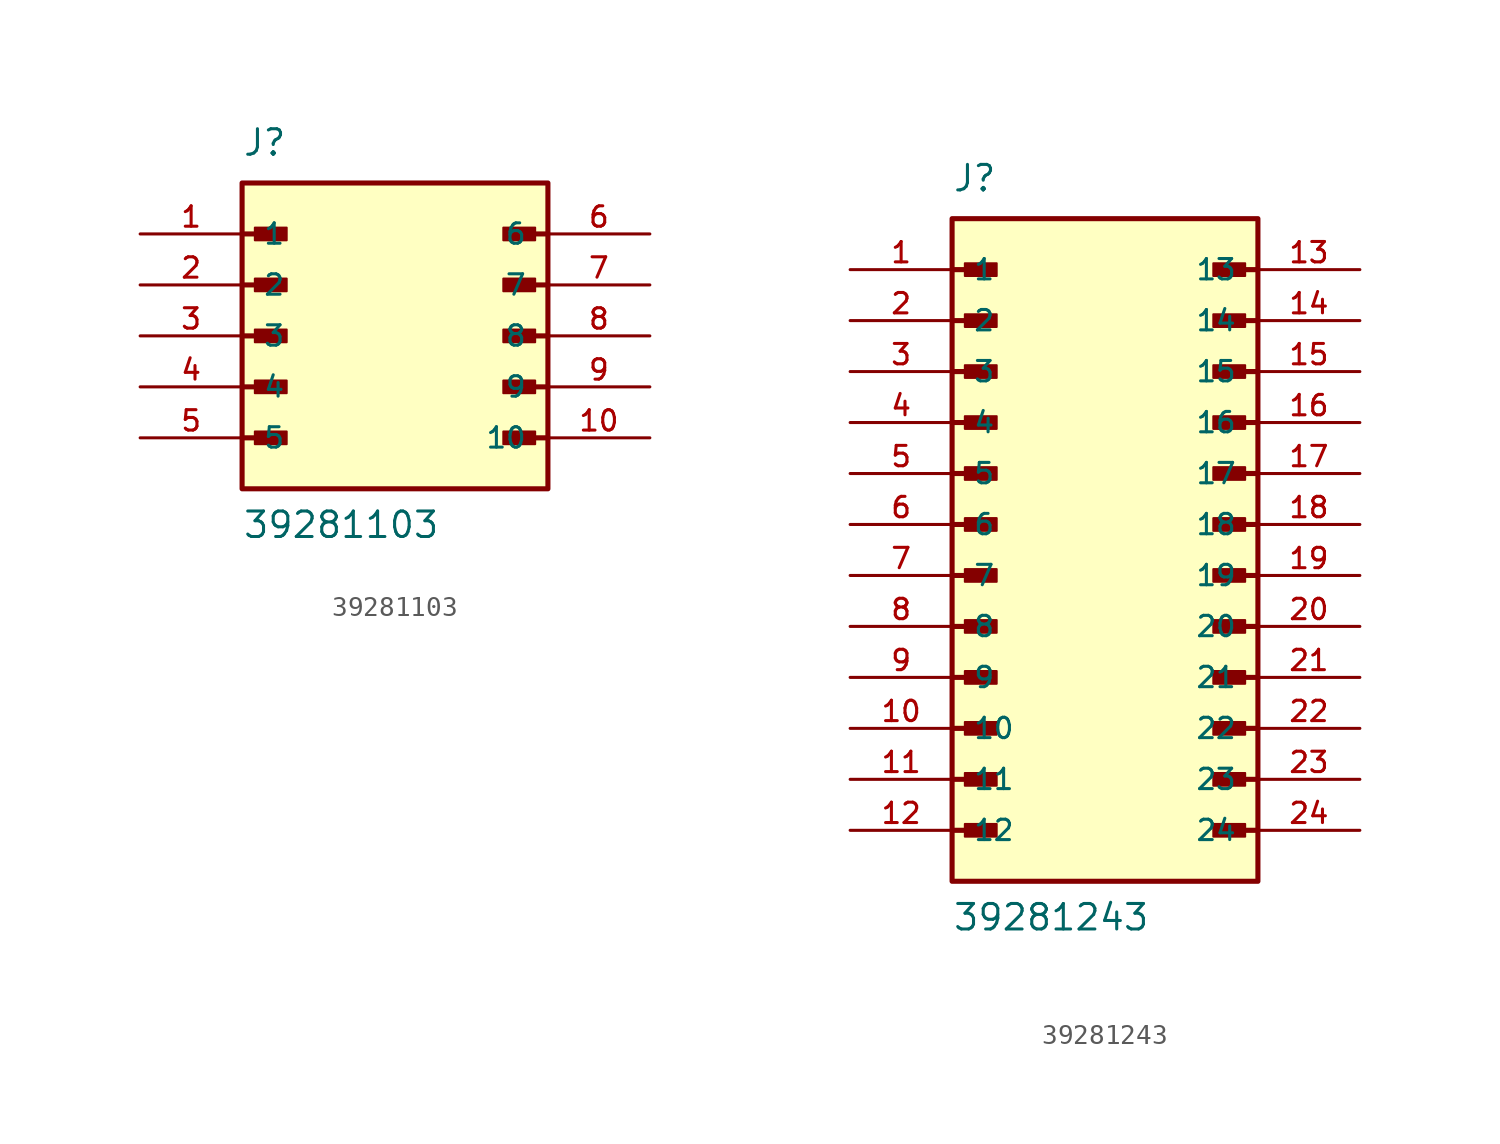
<source format=kicad_sym>
(kicad_symbol_lib
  (version 20220914)
  (generator kicad_symbol_editor)
  (symbol "39281103"
    (pin_names
      (offset 1.016))
    (property "Reference" "J"
      (at -7.62 8.89 0)
      (effects (font (size 1.27 1.27)) (justify left bottom)))
    (property "Value" "39281103"
      (at -7.62 -10.16 0)
      (effects (font (size 1.27 1.27)) (justify left bottom)))
    (symbol "39281103_0_0"
      (rectangle (start -7.62 -7.62) (end 7.62 7.62) (stroke (width 0.254) (type default)) (fill (type background)))
      (rectangle (start -6.985 -5.397) (end -5.397 -4.763) (stroke (width 0.1) (type default)) (fill (type outline)))
      (rectangle (start -6.985 -2.857) (end -5.397 -2.223) (stroke (width 0.1) (type default)) (fill (type outline)))
      (rectangle (start -6.985 -0.318) (end -5.397 0.318) (stroke (width 0.1) (type default)) (fill (type outline)))
      (rectangle (start -6.985 2.223) (end -5.397 2.857) (stroke (width 0.1) (type default)) (fill (type outline)))
      (rectangle (start -6.985 4.763) (end -5.397 5.397) (stroke (width 0.1) (type default)) (fill (type outline)))
      (polyline (pts (xy -7.62 -5.08) (xy -5.715 -5.08)) (stroke (width 0.254) (type default)) (fill (type none)))
      (polyline (pts (xy -7.62 -2.54) (xy -5.715 -2.54)) (stroke (width 0.254) (type default)) (fill (type none)))
      (polyline (pts (xy -7.62 0) (xy -5.715 0)) (stroke (width 0.254) (type default)) (fill (type none)))
      (polyline (pts (xy -7.62 2.54) (xy -5.715 2.54)) (stroke (width 0.254) (type default)) (fill (type none)))
      (polyline (pts (xy -7.62 5.08) (xy -5.715 5.08)) (stroke (width 0.254) (type default)) (fill (type none)))
      (polyline (pts (xy 7.62 -5.08) (xy 5.715 -5.08)) (stroke (width 0.254) (type default)) (fill (type none)))
      (polyline (pts (xy 7.62 -2.54) (xy 5.715 -2.54)) (stroke (width 0.254) (type default)) (fill (type none)))
      (polyline (pts (xy 7.62 0) (xy 5.715 0)) (stroke (width 0.254) (type default)) (fill (type none)))
      (polyline (pts (xy 7.62 2.54) (xy 5.715 2.54)) (stroke (width 0.254) (type default)) (fill (type none)))
      (polyline (pts (xy 7.62 5.08) (xy 5.715 5.08)) (stroke (width 0.254) (type default)) (fill (type none)))
      (rectangle (start 5.397 -5.397) (end 6.985 -4.763) (stroke (width 0.1) (type default)) (fill (type outline)))
      (rectangle (start 5.397 -2.857) (end 6.985 -2.223) (stroke (width 0.1) (type default)) (fill (type outline)))
      (rectangle (start 5.397 -0.318) (end 6.985 0.318) (stroke (width 0.1) (type default)) (fill (type outline)))
      (rectangle (start 5.397 2.223) (end 6.985 2.857) (stroke (width 0.1) (type default)) (fill (type outline)))
      (rectangle (start 5.397 4.763) (end 6.985 5.397) (stroke (width 0.1) (type default)) (fill (type outline)))
      (pin passive line (at -12.7 5.08 0) (length 5.08) (name "1" (effects (font (size 1.016 1.016)))) (number "1" (effects (font (size 1.016 1.016)))))
      (pin passive line (at 12.7 -5.08 180) (length 5.08) (name "10" (effects (font (size 1.016 1.016)))) (number "10" (effects (font (size 1.016 1.016)))))
      (pin passive line (at -12.7 2.54 0) (length 5.08) (name "2" (effects (font (size 1.016 1.016)))) (number "2" (effects (font (size 1.016 1.016)))))
      (pin passive line (at -12.7 0 0) (length 5.08) (name "3" (effects (font (size 1.016 1.016)))) (number "3" (effects (font (size 1.016 1.016)))))
      (pin passive line (at -12.7 -2.54 0) (length 5.08) (name "4" (effects (font (size 1.016 1.016)))) (number "4" (effects (font (size 1.016 1.016)))))
      (pin passive line (at -12.7 -5.08 0) (length 5.08) (name "5" (effects (font (size 1.016 1.016)))) (number "5" (effects (font (size 1.016 1.016)))))
      (pin passive line (at 12.7 5.08 180) (length 5.08) (name "6" (effects (font (size 1.016 1.016)))) (number "6" (effects (font (size 1.016 1.016)))))
      (pin passive line (at 12.7 2.54 180) (length 5.08) (name "7" (effects (font (size 1.016 1.016)))) (number "7" (effects (font (size 1.016 1.016)))))
      (pin passive line (at 12.7 0 180) (length 5.08) (name "8" (effects (font (size 1.016 1.016)))) (number "8" (effects (font (size 1.016 1.016)))))
      (pin passive line (at 12.7 -2.54 180) (length 5.08) (name "9" (effects (font (size 1.016 1.016)))) (number "9" (effects (font (size 1.016 1.016)))))))
  (symbol "39281243"
    (pin_names
      (offset 1.016))
    (property "Reference" "J"
      (at -7.62 16.51 0)
      (effects (font (size 1.27 1.27)) (justify left bottom)))
    (property "Value" "39281243"
      (at -7.62 -20.32 0)
      (effects (font (size 1.27 1.27)) (justify left bottom)))
    (symbol "39281243_0_0"
      (rectangle (start -7.62 -17.78) (end 7.62 15.24) (stroke (width 0.254) (type default)) (fill (type background)))
      (rectangle (start -6.985 -15.557) (end -5.397 -14.922) (stroke (width 0.1) (type default)) (fill (type outline)))
      (rectangle (start -6.985 -13.018) (end -5.397 -12.383) (stroke (width 0.1) (type default)) (fill (type outline)))
      (rectangle (start -6.985 -10.477) (end -5.397 -9.842) (stroke (width 0.1) (type default)) (fill (type outline)))
      (rectangle (start -6.985 -7.938) (end -5.397 -7.303) (stroke (width 0.1) (type default)) (fill (type outline)))
      (rectangle (start -6.985 -5.397) (end -5.397 -4.763) (stroke (width 0.1) (type default)) (fill (type outline)))
      (rectangle (start -6.985 -2.857) (end -5.397 -2.223) (stroke (width 0.1) (type default)) (fill (type outline)))
      (rectangle (start -6.985 -0.318) (end -5.397 0.318) (stroke (width 0.1) (type default)) (fill (type outline)))
      (rectangle (start -6.985 2.223) (end -5.397 2.857) (stroke (width 0.1) (type default)) (fill (type outline)))
      (rectangle (start -6.985 4.763) (end -5.397 5.397) (stroke (width 0.1) (type default)) (fill (type outline)))
      (rectangle (start -6.985 7.303) (end -5.397 7.938) (stroke (width 0.1) (type default)) (fill (type outline)))
      (rectangle (start -6.985 9.842) (end -5.397 10.477) (stroke (width 0.1) (type default)) (fill (type outline)))
      (rectangle (start -6.985 12.383) (end -5.397 13.018) (stroke (width 0.1) (type default)) (fill (type outline)))
      (polyline (pts (xy -7.62 -15.24) (xy -5.715 -15.24)) (stroke (width 0.254) (type default)) (fill (type none)))
      (polyline (pts (xy -7.62 -12.7) (xy -5.715 -12.7)) (stroke (width 0.254) (type default)) (fill (type none)))
      (polyline (pts (xy -7.62 -10.16) (xy -5.715 -10.16)) (stroke (width 0.254) (type default)) (fill (type none)))
      (polyline (pts (xy -7.62 -7.62) (xy -5.715 -7.62)) (stroke (width 0.254) (type default)) (fill (type none)))
      (polyline (pts (xy -7.62 -5.08) (xy -5.715 -5.08)) (stroke (width 0.254) (type default)) (fill (type none)))
      (polyline (pts (xy -7.62 -2.54) (xy -5.715 -2.54)) (stroke (width 0.254) (type default)) (fill (type none)))
      (polyline (pts (xy -7.62 0) (xy -5.715 0)) (stroke (width 0.254) (type default)) (fill (type none)))
      (polyline (pts (xy -7.62 2.54) (xy -5.715 2.54)) (stroke (width 0.254) (type default)) (fill (type none)))
      (polyline (pts (xy -7.62 5.08) (xy -5.715 5.08)) (stroke (width 0.254) (type default)) (fill (type none)))
      (polyline (pts (xy -7.62 7.62) (xy -5.715 7.62)) (stroke (width 0.254) (type default)) (fill (type none)))
      (polyline (pts (xy -7.62 10.16) (xy -5.715 10.16)) (stroke (width 0.254) (type default)) (fill (type none)))
      (polyline (pts (xy -7.62 12.7) (xy -5.715 12.7)) (stroke (width 0.254) (type default)) (fill (type none)))
      (polyline (pts (xy 7.62 -15.24) (xy 5.715 -15.24)) (stroke (width 0.254) (type default)) (fill (type none)))
      (polyline (pts (xy 7.62 -12.7) (xy 5.715 -12.7)) (stroke (width 0.254) (type default)) (fill (type none)))
      (polyline (pts (xy 7.62 -10.16) (xy 5.715 -10.16)) (stroke (width 0.254) (type default)) (fill (type none)))
      (polyline (pts (xy 7.62 -7.62) (xy 5.715 -7.62)) (stroke (width 0.254) (type default)) (fill (type none)))
      (polyline (pts (xy 7.62 -5.08) (xy 5.715 -5.08)) (stroke (width 0.254) (type default)) (fill (type none)))
      (polyline (pts (xy 7.62 -2.54) (xy 5.715 -2.54)) (stroke (width 0.254) (type default)) (fill (type none)))
      (polyline (pts (xy 7.62 0) (xy 5.715 0)) (stroke (width 0.254) (type default)) (fill (type none)))
      (polyline (pts (xy 7.62 2.54) (xy 5.715 2.54)) (stroke (width 0.254) (type default)) (fill (type none)))
      (polyline (pts (xy 7.62 5.08) (xy 5.715 5.08)) (stroke (width 0.254) (type default)) (fill (type none)))
      (polyline (pts (xy 7.62 7.62) (xy 5.715 7.62)) (stroke (width 0.254) (type default)) (fill (type none)))
      (polyline (pts (xy 7.62 10.16) (xy 5.715 10.16)) (stroke (width 0.254) (type default)) (fill (type none)))
      (polyline (pts (xy 7.62 12.7) (xy 5.715 12.7)) (stroke (width 0.254) (type default)) (fill (type none)))
      (rectangle (start 5.397 -15.557) (end 6.985 -14.922) (stroke (width 0.1) (type default)) (fill (type outline)))
      (rectangle (start 5.397 -13.018) (end 6.985 -12.383) (stroke (width 0.1) (type default)) (fill (type outline)))
      (rectangle (start 5.397 -10.477) (end 6.985 -9.842) (stroke (width 0.1) (type default)) (fill (type outline)))
      (rectangle (start 5.397 -7.938) (end 6.985 -7.303) (stroke (width 0.1) (type default)) (fill (type outline)))
      (rectangle (start 5.397 -5.397) (end 6.985 -4.763) (stroke (width 0.1) (type default)) (fill (type outline)))
      (rectangle (start 5.397 -2.857) (end 6.985 -2.223) (stroke (width 0.1) (type default)) (fill (type outline)))
      (rectangle (start 5.397 -0.318) (end 6.985 0.318) (stroke (width 0.1) (type default)) (fill (type outline)))
      (rectangle (start 5.397 2.223) (end 6.985 2.857) (stroke (width 0.1) (type default)) (fill (type outline)))
      (rectangle (start 5.397 4.763) (end 6.985 5.397) (stroke (width 0.1) (type default)) (fill (type outline)))
      (rectangle (start 5.397 7.303) (end 6.985 7.938) (stroke (width 0.1) (type default)) (fill (type outline)))
      (rectangle (start 5.397 9.842) (end 6.985 10.477) (stroke (width 0.1) (type default)) (fill (type outline)))
      (rectangle (start 5.397 12.383) (end 6.985 13.018) (stroke (width 0.1) (type default)) (fill (type outline)))
      (pin passive line (at -12.7 12.7 0) (length 5.08) (name "1" (effects (font (size 1.016 1.016)))) (number "1" (effects (font (size 1.016 1.016)))))
      (pin passive line (at -12.7 -10.16 0) (length 5.08) (name "10" (effects (font (size 1.016 1.016)))) (number "10" (effects (font (size 1.016 1.016)))))
      (pin passive line (at -12.7 -12.7 0) (length 5.08) (name "11" (effects (font (size 1.016 1.016)))) (number "11" (effects (font (size 1.016 1.016)))))
      (pin passive line (at -12.7 -15.24 0) (length 5.08) (name "12" (effects (font (size 1.016 1.016)))) (number "12" (effects (font (size 1.016 1.016)))))
      (pin passive line (at 12.7 12.7 180) (length 5.08) (name "13" (effects (font (size 1.016 1.016)))) (number "13" (effects (font (size 1.016 1.016)))))
      (pin passive line (at 12.7 10.16 180) (length 5.08) (name "14" (effects (font (size 1.016 1.016)))) (number "14" (effects (font (size 1.016 1.016)))))
      (pin passive line (at 12.7 7.62 180) (length 5.08) (name "15" (effects (font (size 1.016 1.016)))) (number "15" (effects (font (size 1.016 1.016)))))
      (pin passive line (at 12.7 5.08 180) (length 5.08) (name "16" (effects (font (size 1.016 1.016)))) (number "16" (effects (font (size 1.016 1.016)))))
      (pin passive line (at 12.7 2.54 180) (length 5.08) (name "17" (effects (font (size 1.016 1.016)))) (number "17" (effects (font (size 1.016 1.016)))))
      (pin passive line (at 12.7 0 180) (length 5.08) (name "18" (effects (font (size 1.016 1.016)))) (number "18" (effects (font (size 1.016 1.016)))))
      (pin passive line (at 12.7 -2.54 180) (length 5.08) (name "19" (effects (font (size 1.016 1.016)))) (number "19" (effects (font (size 1.016 1.016)))))
      (pin passive line (at -12.7 10.16 0) (length 5.08) (name "2" (effects (font (size 1.016 1.016)))) (number "2" (effects (font (size 1.016 1.016)))))
      (pin passive line (at 12.7 -5.08 180) (length 5.08) (name "20" (effects (font (size 1.016 1.016)))) (number "20" (effects (font (size 1.016 1.016)))))
      (pin passive line (at 12.7 -7.62 180) (length 5.08) (name "21" (effects (font (size 1.016 1.016)))) (number "21" (effects (font (size 1.016 1.016)))))
      (pin passive line (at 12.7 -10.16 180) (length 5.08) (name "22" (effects (font (size 1.016 1.016)))) (number "22" (effects (font (size 1.016 1.016)))))
      (pin passive line (at 12.7 -12.7 180) (length 5.08) (name "23" (effects (font (size 1.016 1.016)))) (number "23" (effects (font (size 1.016 1.016)))))
      (pin passive line (at 12.7 -15.24 180) (length 5.08) (name "24" (effects (font (size 1.016 1.016)))) (number "24" (effects (font (size 1.016 1.016)))))
      (pin passive line (at -12.7 7.62 0) (length 5.08) (name "3" (effects (font (size 1.016 1.016)))) (number "3" (effects (font (size 1.016 1.016)))))
      (pin passive line (at -12.7 5.08 0) (length 5.08) (name "4" (effects (font (size 1.016 1.016)))) (number "4" (effects (font (size 1.016 1.016)))))
      (pin passive line (at -12.7 2.54 0) (length 5.08) (name "5" (effects (font (size 1.016 1.016)))) (number "5" (effects (font (size 1.016 1.016)))))
      (pin passive line (at -12.7 0 0) (length 5.08) (name "6" (effects (font (size 1.016 1.016)))) (number "6" (effects (font (size 1.016 1.016)))))
      (pin passive line (at -12.7 -2.54 0) (length 5.08) (name "7" (effects (font (size 1.016 1.016)))) (number "7" (effects (font (size 1.016 1.016)))))
      (pin passive line (at -12.7 -5.08 0) (length 5.08) (name "8" (effects (font (size 1.016 1.016)))) (number "8" (effects (font (size 1.016 1.016)))))
      (pin passive line (at -12.7 -7.62 0) (length 5.08) (name "9" (effects (font (size 1.016 1.016)))) (number "9" (effects (font (size 1.016 1.016))))))))
</source>
